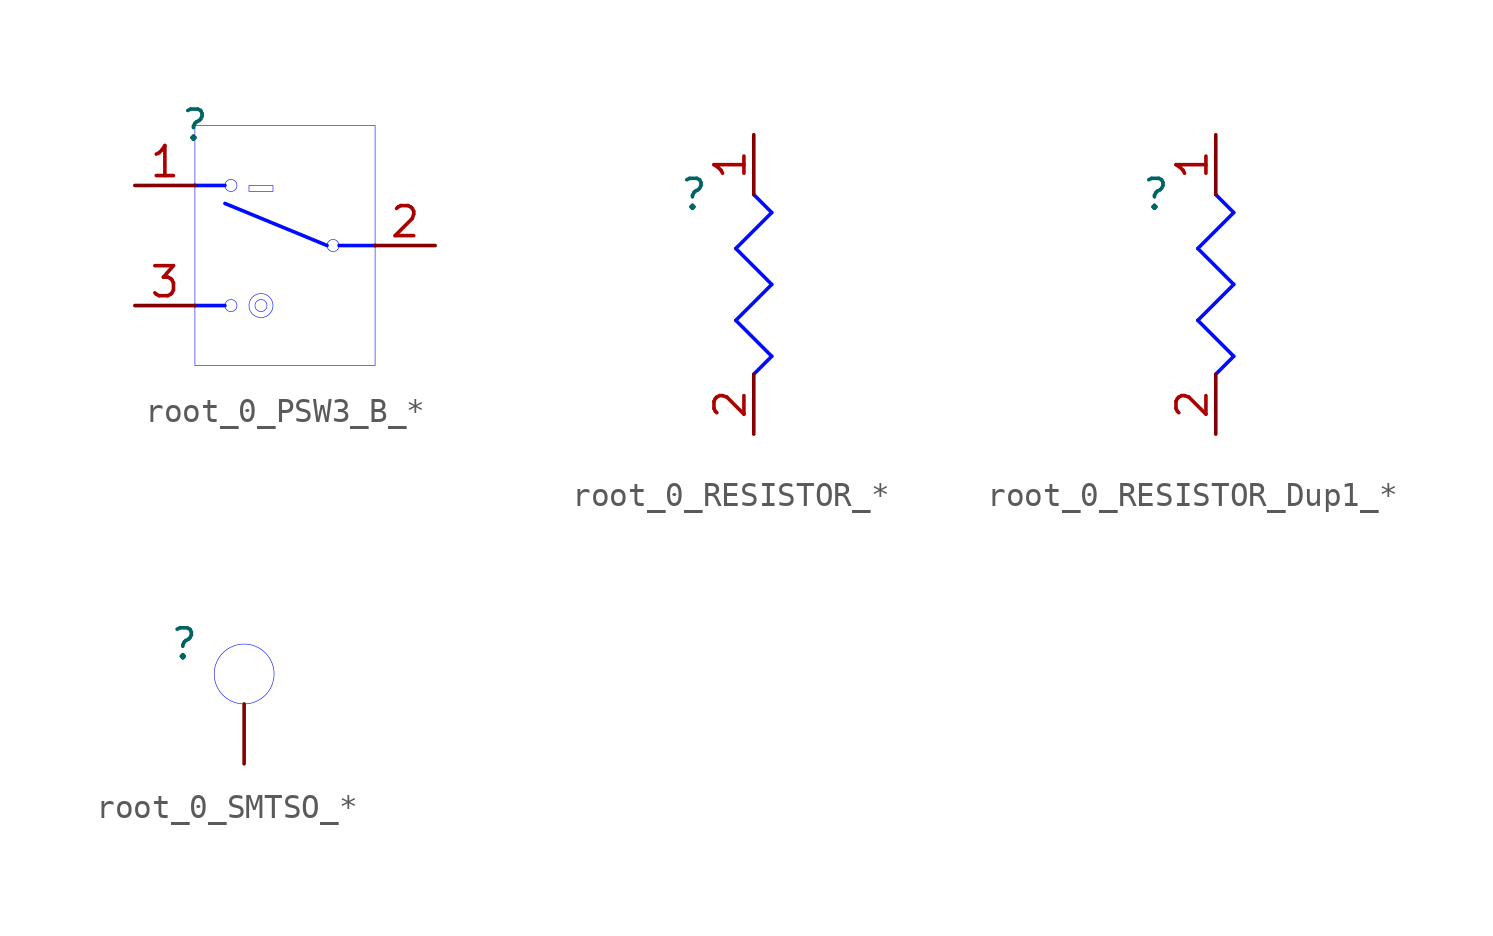
<source format=kicad_sym>
(kicad_symbol_lib
  (version 20241209)
  (generator "kicad_symbol_editor")
  (generator_version "9.0")
  (symbol "root_0_PSW3_B_*"
    (pin_names
      (hide yes))
    (property "Reference" ""
      (at 0 0 0)
      (effects (font (size 1.27 1.27))))
    (property "Value" ""
      (at 0 0 0)
      (effects (font (size 1.27 1.27))))
    (symbol "root_0_PSW3_B_*_1_0"
      (polyline (pts (xy 0 -2.54) (xy 0 -2.54)) (stroke (width 0) (type solid) (color 0 11 255 1)) (fill (type none)))
      (polyline (pts (xy 0 -2.54) (xy 1.27 -2.54)) (stroke (width 0) (type solid) (color 0 11 255 1)) (fill (type none)))
      (polyline (pts (xy 0 -7.62) (xy 0 -7.62)) (stroke (width 0) (type solid) (color 0 11 255 1)) (fill (type none)))
      (polyline (pts (xy 0 -7.62) (xy 1.27 -7.62)) (stroke (width 0) (type solid) (color 0 11 255 1)) (fill (type none)))
      (polyline (pts (xy 0 -10.16) (xy 0 0) (xy 7.62 0) (xy 7.62 -10.16) (xy 0 -10.16)) (stroke (width 0.025) (type solid) (color 0 11 255 1)) (fill (type none)))
      (circle (center 1.524 -2.54) (radius 0.254) (stroke (width 0.025) (type solid) (color 0 11 255 1)) (fill (type none)))
      (circle (center 1.524 -7.62) (radius 0.254) (stroke (width 0.025) (type solid) (color 0 11 255 1)) (fill (type none)))
      (polyline (pts (xy 2.286 -2.794) (xy 2.286 -2.54) (xy 3.302 -2.54) (xy 3.302 -2.794) (xy 2.286 -2.794)) (stroke (width 0.025) (type solid) (color 0 11 255 1)) (fill (type none)))
      (circle (center 2.794 -7.62) (radius 0.254) (stroke (width 0.025) (type solid) (color 0 11 255 1)) (fill (type none)))
      (circle (center 2.794 -7.62) (radius 0.508) (stroke (width 0.025) (type solid) (color 0 11 255 1)) (fill (type none)))
      (polyline (pts (xy 5.588 -5.08) (xy 1.27 -3.302)) (stroke (width 0) (type solid) (color 0 11 255 1)) (fill (type none)))
      (circle (center 5.842 -5.08) (radius 0.254) (stroke (width 0.025) (type solid) (color 0 11 255 1)) (fill (type none)))
      (polyline (pts (xy 6.096 -5.08) (xy 7.62 -5.08)) (stroke (width 0) (type solid) (color 0 11 255 1)) (fill (type none)))
      (polyline (pts (xy 7.62 -5.08) (xy 7.62 -5.08)) (stroke (width 0) (type solid) (color 0 11 255 1)) (fill (type none)))
      (pin passive line (at -2.54 -2.54 0) (length 2.54) (name "P1" (effects (font (size 1.27 1.27)))) (number "1" (effects (font (size 1.27 1.27)))))
      (pin passive line (at -2.54 -7.62 0) (length 2.54) (name "P3" (effects (font (size 1.27 1.27)))) (number "3" (effects (font (size 1.27 1.27)))))
      (pin passive line (at 10.16 -5.08 180) (length 2.54) (name "P2" (effects (font (size 1.27 1.27)))) (number "2" (effects (font (size 1.27 1.27)))))))
  (symbol "root_0_RESISTOR_*"
    (pin_names
      (hide yes))
    (property "Reference" ""
      (at 0 0 0)
      (effects (font (size 1.27 1.27))))
    (property "Value" ""
      (at 0 0 0)
      (effects (font (size 1.27 1.27))))
    (symbol "root_0_RESISTOR_*_1_0"
      (polyline (pts (xy 1.778 -2.286) (xy 3.302 -3.81)) (stroke (width 0) (type solid) (color 0 11 255 1)) (fill (type none)))
      (polyline (pts (xy 1.778 -5.334) (xy 3.302 -6.858)) (stroke (width 0) (type solid) (color 0 11 255 1)) (fill (type none)))
      (polyline (pts (xy 2.54 0) (xy 3.302 -0.762)) (stroke (width 0) (type solid) (color 0 11 255 1)) (fill (type none)))
      (polyline (pts (xy 3.302 -0.762) (xy 1.778 -2.286)) (stroke (width 0) (type solid) (color 0 11 255 1)) (fill (type none)))
      (polyline (pts (xy 3.302 -3.81) (xy 1.778 -5.334)) (stroke (width 0) (type solid) (color 0 11 255 1)) (fill (type none)))
      (polyline (pts (xy 3.302 -6.858) (xy 2.54 -7.62)) (stroke (width 0) (type solid) (color 0 11 255 1)) (fill (type none)))
      (pin passive line (at 2.54 2.54 270) (length 2.54) (name "1" (effects (font (size 1.27 1.27)))) (number "1" (effects (font (size 1.27 1.27)))))
      (pin passive line (at 2.54 -10.16 90) (length 2.54) (name "2" (effects (font (size 1.27 1.27)))) (number "2" (effects (font (size 1.27 1.27)))))))
  (symbol "root_0_RESISTOR_Dup1_*"
    (pin_names
      (hide yes))
    (property "Reference" ""
      (at 0 0 0)
      (effects (font (size 1.27 1.27))))
    (property "Value" ""
      (at 0 0 0)
      (effects (font (size 1.27 1.27))))
    (symbol "root_0_RESISTOR_Dup1_*_1_0"
      (polyline (pts (xy 1.778 -2.286) (xy 3.302 -3.81)) (stroke (width 0) (type solid) (color 0 11 255 1)) (fill (type none)))
      (polyline (pts (xy 1.778 -5.334) (xy 3.302 -6.858)) (stroke (width 0) (type solid) (color 0 11 255 1)) (fill (type none)))
      (polyline (pts (xy 2.54 0) (xy 3.302 -0.762)) (stroke (width 0) (type solid) (color 0 11 255 1)) (fill (type none)))
      (polyline (pts (xy 3.302 -0.762) (xy 1.778 -2.286)) (stroke (width 0) (type solid) (color 0 11 255 1)) (fill (type none)))
      (polyline (pts (xy 3.302 -3.81) (xy 1.778 -5.334)) (stroke (width 0) (type solid) (color 0 11 255 1)) (fill (type none)))
      (polyline (pts (xy 3.302 -6.858) (xy 2.54 -7.62)) (stroke (width 0) (type solid) (color 0 11 255 1)) (fill (type none)))
      (pin passive line (at 2.54 2.54 270) (length 2.54) (name "1" (effects (font (size 1.27 1.27)))) (number "1" (effects (font (size 1.27 1.27)))))
      (pin passive line (at 2.54 -10.16 90) (length 2.54) (name "2" (effects (font (size 1.27 1.27)))) (number "2" (effects (font (size 1.27 1.27)))))))
  (symbol "root_0_SMTSO_*"
    (pin_numbers
      (hide yes))
    (pin_names
      (hide yes))
    (property "Reference" ""
      (at 0 0 0)
      (effects (font (size 1.27 1.27))))
    (property "Value" ""
      (at 0 0 0)
      (effects (font (size 1.27 1.27))))
    (symbol "root_0_SMTSO_*_1_0"
      (circle (center 2.54 -1.27) (radius 1.27) (stroke (width 0.025) (type solid) (color 0 11 255 1)) (fill (type none)))
      (pin passive line (at 2.54 -5.08 90) (length 2.54) (name "1" (effects (font (size 1.27 1.27)))) (number "1" (effects (font (size 1.27 1.27))))))))
</source>
